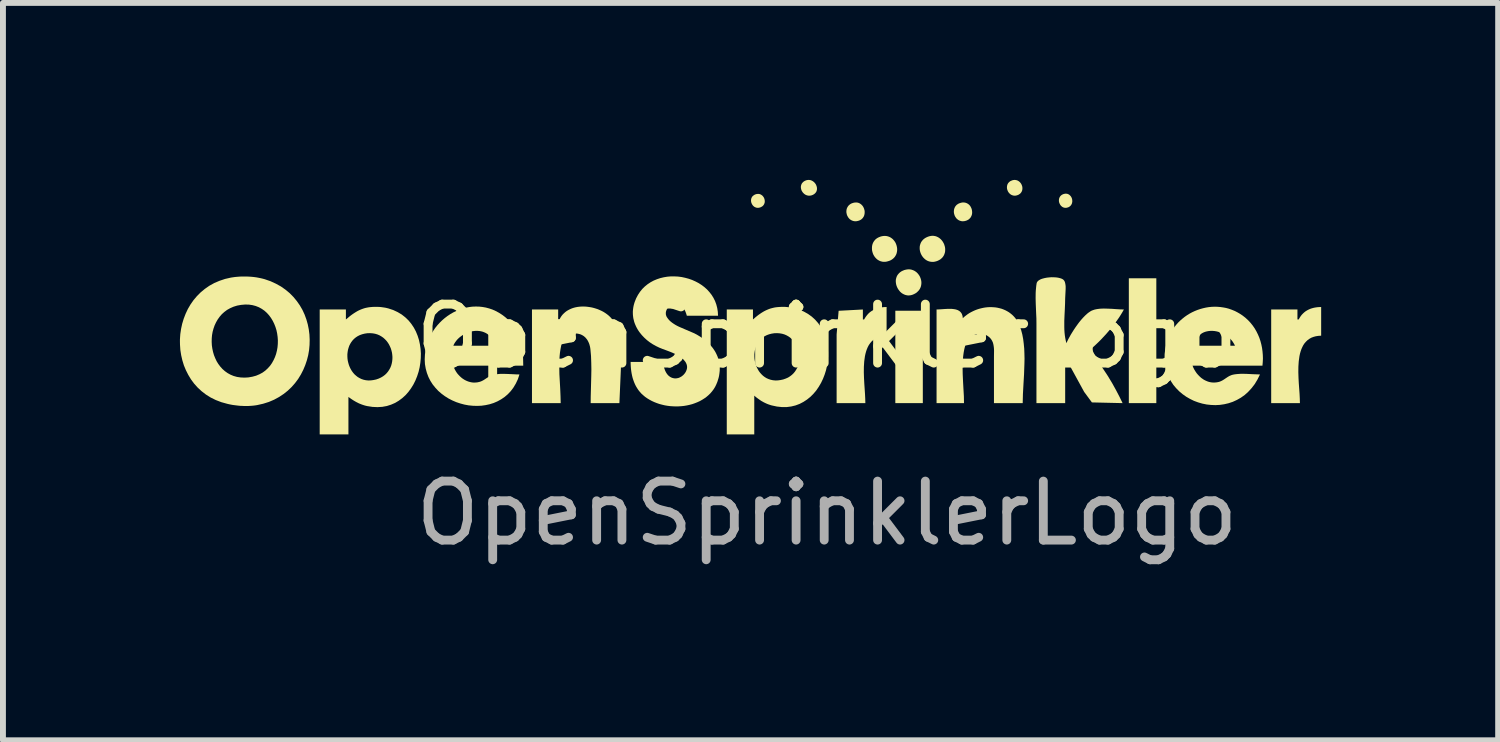
<source format=kicad_pcb>
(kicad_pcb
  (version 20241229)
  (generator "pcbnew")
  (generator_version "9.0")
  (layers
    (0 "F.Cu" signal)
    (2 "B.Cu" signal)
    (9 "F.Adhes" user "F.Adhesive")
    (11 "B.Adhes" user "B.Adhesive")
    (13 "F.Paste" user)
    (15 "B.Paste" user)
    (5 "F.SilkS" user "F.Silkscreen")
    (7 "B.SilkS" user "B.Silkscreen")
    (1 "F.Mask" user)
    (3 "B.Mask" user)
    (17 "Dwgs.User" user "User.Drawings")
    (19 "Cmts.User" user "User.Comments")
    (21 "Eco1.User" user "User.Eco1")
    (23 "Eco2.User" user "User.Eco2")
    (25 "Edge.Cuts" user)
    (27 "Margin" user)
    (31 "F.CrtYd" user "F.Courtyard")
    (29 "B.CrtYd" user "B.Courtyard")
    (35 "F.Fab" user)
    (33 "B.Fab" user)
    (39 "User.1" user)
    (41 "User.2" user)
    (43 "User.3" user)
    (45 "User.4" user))
  (footprint "OpenSprinklerLogo"
    (layer "F.Cu")
    (at 10.968 3.15)
    (property "Reference" "OpenSprinklerLogo" (at 0 -0.5 0) (unlocked yes) (layer "F.SilkS") (effects (font (size 1 1) (thickness 0.15))))
    (fp_poly (pts (xy 1.624 0.633) (xy 1.158 0.633) (xy 1.158 -0.933) (xy 1.624 -0.933)) (stroke (width -0.000001) (type solid)) (fill yes) (layer "F.SilkS"))
    (fp_poly (pts (xy 5.582 0.633) (xy 5.116 0.633) (xy 5.116 -1.483) (xy 5.582 -1.483)) (stroke (width -0.000001) (type solid)) (fill yes) (layer "F.SilkS"))
    (fp_poly (pts (xy 8.376 -0.51) (xy 8.328 -0.507) (xy 8.284 -0.5) (xy 8.244 -0.489) (xy 8.208 -0.475) (xy 8.175 -0.456) (xy 8.145 -0.434) (xy 8.119 -0.409) (xy 8.095 -0.382) (xy 8.074 -0.351) (xy 8.057 -0.318) (xy 8.041 -0.282) (xy 8.028 -0.244) (xy 8.017 -0.205) (xy 8.008 -0.163) (xy 7.996 -0.076) (xy 7.99 0.015) (xy 7.989 0.109) (xy 7.992 0.204) (xy 7.997 0.298) (xy 8.01 0.477) (xy 8.014 0.559) (xy 8.016 0.633) (xy 7.529 0.633) (xy 7.529 -0.954) (xy 7.974 -0.954) (xy 7.974 -0.785) (xy 7.995 -0.785) (xy 8.011 -0.813) (xy 8.027 -0.838) (xy 8.045 -0.862) (xy 8.065 -0.883) (xy 8.085 -0.902) (xy 8.106 -0.919) (xy 8.129 -0.934) (xy 8.152 -0.947) (xy 8.177 -0.959) (xy 8.202 -0.969) (xy 8.229 -0.977) (xy 8.256 -0.984) (xy 8.285 -0.989) (xy 8.314 -0.993) (xy 8.345 -0.995) (xy 8.376 -0.996)) (stroke (width -0.000001) (type solid)) (fill yes) (layer "F.SilkS"))
    (fp_poly (pts (xy 1.01 -0.51) (xy 0.962 -0.507) (xy 0.919 -0.5) (xy 0.879 -0.489) (xy 0.842 -0.474) (xy 0.809 -0.456) (xy 0.78 -0.434) (xy 0.753 -0.409) (xy 0.73 -0.381) (xy 0.709 -0.351) (xy 0.691 -0.317) (xy 0.676 -0.282) (xy 0.663 -0.244) (xy 0.652 -0.204) (xy 0.643 -0.163) (xy 0.631 -0.076) (xy 0.625 0.016) (xy 0.624 0.11) (xy 0.627 0.205) (xy 0.632 0.299) (xy 0.644 0.478) (xy 0.648 0.559) (xy 0.65 0.633) (xy 0.163 0.633) (xy 0.163 -0.531) (xy 0.197 -0.932) (xy 0.608 -0.954) (xy 0.608 -0.785) (xy 0.629 -0.785) (xy 0.645 -0.812) (xy 0.662 -0.837) (xy 0.68 -0.861) (xy 0.699 -0.882) (xy 0.719 -0.901) (xy 0.741 -0.918) (xy 0.764 -0.933) (xy 0.787 -0.946) (xy 0.812 -0.958) (xy 0.838 -0.968) (xy 0.864 -0.976) (xy 0.892 -0.983) (xy 0.92 -0.989) (xy 0.949 -0.993) (xy 0.979 -0.995) (xy 1.01 -0.996)) (stroke (width -0.000001) (type solid)) (fill yes) (layer "F.SilkS"))
    (fp_poly (pts (xy -1.161 -2.913) (xy -1.149 -2.912) (xy -1.138 -2.909) (xy -1.128 -2.905) (xy -1.118 -2.9) (xy -1.109 -2.894) (xy -1.1 -2.888) (xy -1.092 -2.88) (xy -1.085 -2.872) (xy -1.078 -2.863) (xy -1.072 -2.854) (xy -1.067 -2.844) (xy -1.063 -2.834) (xy -1.06 -2.823) (xy -1.057 -2.813) (xy -1.056 -2.802) (xy -1.055 -2.791) (xy -1.055 -2.78) (xy -1.056 -2.769) (xy -1.059 -2.759) (xy -1.062 -2.749) (xy -1.067 -2.739) (xy -1.072 -2.729) (xy -1.079 -2.72) (xy -1.086 -2.712) (xy -1.095 -2.704) (xy -1.106 -2.697) (xy -1.117 -2.691) (xy -1.13 -2.685) (xy -1.143 -2.681) (xy -1.156 -2.679) (xy -1.169 -2.677) (xy -1.181 -2.678) (xy -1.193 -2.679) (xy -1.204 -2.682) (xy -1.214 -2.686) (xy -1.224 -2.691) (xy -1.234 -2.696) (xy -1.242 -2.703) (xy -1.25 -2.71) (xy -1.258 -2.719) (xy -1.264 -2.727) (xy -1.27 -2.737) (xy -1.275 -2.747) (xy -1.28 -2.757) (xy -1.283 -2.767) (xy -1.286 -2.778) (xy -1.287 -2.789) (xy -1.288 -2.8) (xy -1.288 -2.811) (xy -1.286 -2.821) (xy -1.284 -2.832) (xy -1.281 -2.842) (xy -1.276 -2.852) (xy -1.271 -2.862) (xy -1.264 -2.871) (xy -1.256 -2.879) (xy -1.246 -2.887) (xy -1.236 -2.894) (xy -1.224 -2.901) (xy -1.211 -2.906) (xy -1.198 -2.91) (xy -1.185 -2.912) (xy -1.173 -2.913)) (stroke (width -0.000001) (type solid)) (fill yes) (layer "F.SilkS"))
    (fp_poly (pts (xy -0.294 -3.149) (xy -0.281 -3.147) (xy -0.269 -3.143) (xy -0.257 -3.138) (xy -0.246 -3.132) (xy -0.235 -3.125) (xy -0.225 -3.117) (xy -0.216 -3.109) (xy -0.207 -3.099) (xy -0.199 -3.089) (xy -0.192 -3.079) (xy -0.186 -3.068) (xy -0.181 -3.056) (xy -0.177 -3.044) (xy -0.173 -3.032) (xy -0.171 -3.02) (xy -0.17 -3.008) (xy -0.17 -2.996) (xy -0.171 -2.984) (xy -0.174 -2.972) (xy -0.177 -2.961) (xy -0.182 -2.95) (xy -0.189 -2.939) (xy -0.197 -2.929) (xy -0.206 -2.92) (xy -0.217 -2.911) (xy -0.229 -2.903) (xy -0.243 -2.896) (xy -0.258 -2.89) (xy -0.273 -2.886) (xy -0.288 -2.884) (xy -0.302 -2.883) (xy -0.316 -2.884) (xy -0.329 -2.886) (xy -0.342 -2.89) (xy -0.355 -2.894) (xy -0.366 -2.9) (xy -0.377 -2.907) (xy -0.388 -2.915) (xy -0.397 -2.924) (xy -0.406 -2.933) (xy -0.414 -2.943) (xy -0.421 -2.954) (xy -0.428 -2.965) (xy -0.433 -2.977) (xy -0.437 -2.989) (xy -0.44 -3.001) (xy -0.442 -3.013) (xy -0.443 -3.026) (xy -0.443 -3.038) (xy -0.441 -3.05) (xy -0.438 -3.063) (xy -0.434 -3.074) (xy -0.429 -3.085) (xy -0.422 -3.096) (xy -0.413 -3.106) (xy -0.403 -3.116) (xy -0.392 -3.125) (xy -0.378 -3.133) (xy -0.363 -3.14) (xy -0.349 -3.145) (xy -0.335 -3.148) (xy -0.321 -3.15) (xy -0.307 -3.15)) (stroke (width -0.000001) (type solid)) (fill yes) (layer "F.SilkS"))
    (fp_poly (pts (xy 0.51 -2.767) (xy 0.525 -2.764) (xy 0.54 -2.759) (xy 0.553 -2.753) (xy 0.566 -2.745) (xy 0.578 -2.736) (xy 0.589 -2.726) (xy 0.599 -2.715) (xy 0.608 -2.703) (xy 0.616 -2.69) (xy 0.622 -2.677) (xy 0.628 -2.663) (xy 0.632 -2.648) (xy 0.636 -2.634) (xy 0.638 -2.619) (xy 0.638 -2.604) (xy 0.638 -2.589) (xy 0.636 -2.574) (xy 0.633 -2.559) (xy 0.629 -2.545) (xy 0.623 -2.531) (xy 0.615 -2.518) (xy 0.607 -2.506) (xy 0.597 -2.495) (xy 0.585 -2.484) (xy 0.572 -2.475) (xy 0.557 -2.467) (xy 0.54 -2.46) (xy 0.522 -2.455) (xy 0.504 -2.451) (xy 0.487 -2.45) (xy 0.471 -2.45) (xy 0.455 -2.452) (xy 0.44 -2.456) (xy 0.426 -2.461) (xy 0.413 -2.467) (xy 0.4 -2.475) (xy 0.388 -2.483) (xy 0.378 -2.493) (xy 0.368 -2.504) (xy 0.359 -2.516) (xy 0.352 -2.528) (xy 0.345 -2.541) (xy 0.339 -2.554) (xy 0.335 -2.568) (xy 0.332 -2.582) (xy 0.329 -2.597) (xy 0.328 -2.611) (xy 0.329 -2.626) (xy 0.33 -2.64) (xy 0.333 -2.654) (xy 0.337 -2.668) (xy 0.343 -2.681) (xy 0.35 -2.694) (xy 0.358 -2.706) (xy 0.368 -2.718) (xy 0.379 -2.728) (xy 0.392 -2.738) (xy 0.406 -2.747) (xy 0.422 -2.754) (xy 0.44 -2.76) (xy 0.458 -2.765) (xy 0.476 -2.767) (xy 0.493 -2.768)) (stroke (width -0.000001) (type solid)) (fill yes) (layer "F.SilkS"))
    (fp_poly (pts (xy 1.001 -2.2) (xy 1.023 -2.196) (xy 1.043 -2.19) (xy 1.063 -2.182) (xy 1.081 -2.172) (xy 1.098 -2.16) (xy 1.114 -2.147) (xy 1.128 -2.132) (xy 1.141 -2.116) (xy 1.153 -2.099) (xy 1.163 -2.081) (xy 1.171 -2.062) (xy 1.178 -2.042) (xy 1.183 -2.022) (xy 1.187 -2.002) (xy 1.189 -1.981) (xy 1.189 -1.96) (xy 1.187 -1.94) (xy 1.183 -1.92) (xy 1.178 -1.9) (xy 1.17 -1.881) (xy 1.16 -1.863) (xy 1.149 -1.846) (xy 1.135 -1.83) (xy 1.119 -1.815) (xy 1.1 -1.801) (xy 1.08 -1.789) (xy 1.057 -1.779) (xy 1.031 -1.771) (xy 1.007 -1.765) (xy 0.983 -1.762) (xy 0.961 -1.762) (xy 0.939 -1.764) (xy 0.919 -1.769) (xy 0.899 -1.775) (xy 0.881 -1.784) (xy 0.863 -1.794) (xy 0.847 -1.806) (xy 0.833 -1.819) (xy 0.819 -1.834) (xy 0.807 -1.849) (xy 0.796 -1.866) (xy 0.786 -1.884) (xy 0.778 -1.903) (xy 0.772 -1.922) (xy 0.767 -1.941) (xy 0.763 -1.961) (xy 0.762 -1.981) (xy 0.762 -2.002) (xy 0.763 -2.021) (xy 0.766 -2.041) (xy 0.771 -2.06) (xy 0.778 -2.079) (xy 0.787 -2.097) (xy 0.798 -2.114) (xy 0.811 -2.13) (xy 0.825 -2.145) (xy 0.842 -2.158) (xy 0.861 -2.17) (xy 0.882 -2.18) (xy 0.905 -2.189) (xy 0.93 -2.196) (xy 0.955 -2.2) (xy 0.978 -2.201)) (stroke (width -0.000001) (type solid)) (fill yes) (layer "F.SilkS"))
    (fp_poly (pts (xy 1.404 -1.634) (xy 1.425 -1.631) (xy 1.445 -1.625) (xy 1.464 -1.618) (xy 1.483 -1.609) (xy 1.5 -1.598) (xy 1.516 -1.586) (xy 1.531 -1.572) (xy 1.544 -1.557) (xy 1.557 -1.54) (xy 1.568 -1.523) (xy 1.577 -1.505) (xy 1.585 -1.486) (xy 1.591 -1.467) (xy 1.596 -1.447) (xy 1.599 -1.427) (xy 1.6 -1.407) (xy 1.599 -1.387) (xy 1.596 -1.366) (xy 1.592 -1.347) (xy 1.585 -1.327) (xy 1.576 -1.308) (xy 1.565 -1.29) (xy 1.552 -1.273) (xy 1.536 -1.257) (xy 1.519 -1.241) (xy 1.498 -1.227) (xy 1.475 -1.215) (xy 1.452 -1.205) (xy 1.429 -1.198) (xy 1.407 -1.194) (xy 1.385 -1.192) (xy 1.364 -1.193) (xy 1.343 -1.197) (xy 1.324 -1.202) (xy 1.305 -1.21) (xy 1.287 -1.219) (xy 1.269 -1.23) (xy 1.253 -1.243) (xy 1.238 -1.257) (xy 1.225 -1.273) (xy 1.212 -1.29) (xy 1.201 -1.307) (xy 1.191 -1.326) (xy 1.183 -1.345) (xy 1.176 -1.365) (xy 1.171 -1.385) (xy 1.168 -1.405) (xy 1.166 -1.425) (xy 1.166 -1.446) (xy 1.168 -1.466) (xy 1.173 -1.486) (xy 1.179 -1.505) (xy 1.187 -1.524) (xy 1.198 -1.542) (xy 1.211 -1.558) (xy 1.226 -1.574) (xy 1.244 -1.589) (xy 1.264 -1.602) (xy 1.287 -1.613) (xy 1.312 -1.623) (xy 1.336 -1.629) (xy 1.359 -1.633) (xy 1.382 -1.635)) (stroke (width -0.000001) (type solid)) (fill yes) (layer "F.SilkS"))
    (fp_poly (pts (xy 1.801 -2.203) (xy 1.822 -2.2) (xy 1.842 -2.196) (xy 1.861 -2.189) (xy 1.88 -2.18) (xy 1.897 -2.17) (xy 1.913 -2.158) (xy 1.928 -2.145) (xy 1.942 -2.13) (xy 1.955 -2.114) (xy 1.966 -2.097) (xy 1.976 -2.079) (xy 1.985 -2.061) (xy 1.991 -2.041) (xy 1.997 -2.022) (xy 2.001 -2.002) (xy 2.003 -1.982) (xy 2.003 -1.961) (xy 2.002 -1.941) (xy 1.999 -1.922) (xy 1.993 -1.902) (xy 1.986 -1.883) (xy 1.977 -1.865) (xy 1.966 -1.848) (xy 1.953 -1.832) (xy 1.937 -1.817) (xy 1.92 -1.803) (xy 1.899 -1.791) (xy 1.877 -1.78) (xy 1.852 -1.771) (xy 1.828 -1.765) (xy 1.805 -1.761) (xy 1.782 -1.761) (xy 1.76 -1.763) (xy 1.739 -1.767) (xy 1.719 -1.773) (xy 1.7 -1.781) (xy 1.682 -1.791) (xy 1.665 -1.803) (xy 1.649 -1.817) (xy 1.634 -1.832) (xy 1.621 -1.848) (xy 1.609 -1.865) (xy 1.599 -1.883) (xy 1.59 -1.902) (xy 1.583 -1.921) (xy 1.577 -1.942) (xy 1.573 -1.962) (xy 1.571 -1.982) (xy 1.571 -2.003) (xy 1.572 -2.023) (xy 1.576 -2.044) (xy 1.582 -2.063) (xy 1.589 -2.082) (xy 1.599 -2.101) (xy 1.612 -2.118) (xy 1.626 -2.135) (xy 1.643 -2.15) (xy 1.662 -2.164) (xy 1.684 -2.176) (xy 1.709 -2.187) (xy 1.733 -2.195) (xy 1.756 -2.2) (xy 1.779 -2.203)) (stroke (width -0.000001) (type solid)) (fill yes) (layer "F.SilkS"))
    (fp_poly (pts (xy 2.331 -2.767) (xy 2.346 -2.764) (xy 2.361 -2.759) (xy 2.375 -2.753) (xy 2.388 -2.745) (xy 2.4 -2.737) (xy 2.411 -2.727) (xy 2.421 -2.716) (xy 2.43 -2.704) (xy 2.437 -2.691) (xy 2.444 -2.677) (xy 2.45 -2.663) (xy 2.454 -2.649) (xy 2.457 -2.634) (xy 2.459 -2.619) (xy 2.46 -2.604) (xy 2.46 -2.589) (xy 2.458 -2.574) (xy 2.455 -2.56) (xy 2.45 -2.545) (xy 2.444 -2.532) (xy 2.437 -2.519) (xy 2.428 -2.506) (xy 2.417 -2.495) (xy 2.406 -2.484) (xy 2.392 -2.475) (xy 2.377 -2.467) (xy 2.361 -2.46) (xy 2.343 -2.455) (xy 2.325 -2.451) (xy 2.308 -2.45) (xy 2.291 -2.45) (xy 2.275 -2.452) (xy 2.261 -2.456) (xy 2.246 -2.461) (xy 2.233 -2.467) (xy 2.221 -2.475) (xy 2.209 -2.484) (xy 2.199 -2.493) (xy 2.189 -2.504) (xy 2.181 -2.516) (xy 2.173 -2.528) (xy 2.166 -2.541) (xy 2.161 -2.555) (xy 2.157 -2.568) (xy 2.153 -2.583) (xy 2.151 -2.597) (xy 2.15 -2.612) (xy 2.151 -2.626) (xy 2.152 -2.64) (xy 2.155 -2.655) (xy 2.159 -2.668) (xy 2.165 -2.682) (xy 2.171 -2.695) (xy 2.18 -2.707) (xy 2.189 -2.718) (xy 2.2 -2.729) (xy 2.213 -2.738) (xy 2.227 -2.747) (xy 2.243 -2.754) (xy 2.26 -2.76) (xy 2.279 -2.765) (xy 2.297 -2.768) (xy 2.314 -2.768)) (stroke (width -0.000001) (type solid)) (fill yes) (layer "F.SilkS"))
    (fp_poly (pts (xy 3.2 -3.148) (xy 3.212 -3.146) (xy 3.224 -3.142) (xy 3.236 -3.137) (xy 3.247 -3.13) (xy 3.257 -3.123) (xy 3.266 -3.115) (xy 3.275 -3.106) (xy 3.283 -3.096) (xy 3.29 -3.086) (xy 3.296 -3.075) (xy 3.301 -3.063) (xy 3.305 -3.052) (xy 3.309 -3.04) (xy 3.311 -3.027) (xy 3.312 -3.015) (xy 3.312 -3.003) (xy 3.311 -2.99) (xy 3.309 -2.978) (xy 3.306 -2.967) (xy 3.301 -2.955) (xy 3.295 -2.944) (xy 3.288 -2.934) (xy 3.28 -2.924) (xy 3.27 -2.915) (xy 3.258 -2.907) (xy 3.246 -2.899) (xy 3.231 -2.893) (xy 3.216 -2.888) (xy 3.202 -2.885) (xy 3.188 -2.883) (xy 3.174 -2.883) (xy 3.161 -2.885) (xy 3.149 -2.888) (xy 3.137 -2.892) (xy 3.125 -2.897) (xy 3.115 -2.903) (xy 3.105 -2.91) (xy 3.095 -2.919) (xy 3.087 -2.928) (xy 3.079 -2.937) (xy 3.072 -2.948) (xy 3.066 -2.958) (xy 3.061 -2.97) (xy 3.057 -2.982) (xy 3.053 -2.993) (xy 3.051 -3.006) (xy 3.05 -3.018) (xy 3.05 -3.03) (xy 3.051 -3.042) (xy 3.053 -3.054) (xy 3.056 -3.066) (xy 3.06 -3.077) (xy 3.066 -3.088) (xy 3.073 -3.099) (xy 3.082 -3.108) (xy 3.091 -3.117) (xy 3.102 -3.126) (xy 3.115 -3.133) (xy 3.129 -3.139) (xy 3.144 -3.145) (xy 3.159 -3.148) (xy 3.173 -3.15) (xy 3.187 -3.15)) (stroke (width -0.000001) (type solid)) (fill yes) (layer "F.SilkS"))
    (fp_poly (pts (xy 4.064 -2.916) (xy 4.075 -2.914) (xy 4.086 -2.91) (xy 4.096 -2.905) (xy 4.106 -2.899) (xy 4.114 -2.892) (xy 4.122 -2.884) (xy 4.13 -2.876) (xy 4.136 -2.867) (xy 4.142 -2.857) (xy 4.147 -2.846) (xy 4.151 -2.836) (xy 4.154 -2.825) (xy 4.156 -2.813) (xy 4.157 -2.802) (xy 4.158 -2.79) (xy 4.157 -2.779) (xy 4.155 -2.768) (xy 4.153 -2.757) (xy 4.149 -2.746) (xy 4.144 -2.735) (xy 4.138 -2.726) (xy 4.131 -2.716) (xy 4.123 -2.708) (xy 4.113 -2.7) (xy 4.103 -2.693) (xy 4.091 -2.687) (xy 4.078 -2.683) (xy 4.065 -2.679) (xy 4.053 -2.678) (xy 4.042 -2.677) (xy 4.031 -2.678) (xy 4.02 -2.68) (xy 4.009 -2.683) (xy 4 -2.687) (xy 3.99 -2.692) (xy 3.982 -2.698) (xy 3.974 -2.705) (xy 3.966 -2.712) (xy 3.959 -2.721) (xy 3.953 -2.729) (xy 3.948 -2.739) (xy 3.943 -2.748) (xy 3.939 -2.758) (xy 3.935 -2.769) (xy 3.933 -2.779) (xy 3.931 -2.79) (xy 3.931 -2.8) (xy 3.931 -2.811) (xy 3.932 -2.822) (xy 3.934 -2.832) (xy 3.937 -2.842) (xy 3.941 -2.852) (xy 3.946 -2.862) (xy 3.952 -2.871) (xy 3.959 -2.879) (xy 3.967 -2.887) (xy 3.977 -2.895) (xy 3.987 -2.901) (xy 3.999 -2.907) (xy 4.013 -2.912) (xy 4.027 -2.915) (xy 4.04 -2.917) (xy 4.052 -2.917)) (stroke (width -0.000001) (type solid)) (fill yes) (layer "F.SilkS"))
    (fp_poly (pts (xy 3.845 -1.5) (xy 3.883 -1.498) (xy 3.918 -1.493) (xy 3.95 -1.485) (xy 3.964 -1.481) (xy 3.977 -1.476) (xy 3.989 -1.47) (xy 3.999 -1.464) (xy 4.008 -1.457) (xy 4.015 -1.449) (xy 4.02 -1.443) (xy 4.024 -1.436) (xy 4.028 -1.429) (xy 4.031 -1.421) (xy 4.034 -1.412) (xy 4.036 -1.404) (xy 4.04 -1.385) (xy 4.043 -1.366) (xy 4.045 -1.345) (xy 4.045 -1.324) (xy 4.045 -1.302) (xy 4.037 -1.145) (xy 4.035 -1.053) (xy 4.031 -0.957) (xy 4.026 -0.859) (xy 4.022 -0.76) (xy 4.022 -0.661) (xy 4.023 -0.613) (xy 4.026 -0.565) (xy 4.031 -0.517) (xy 4.038 -0.471) (xy 4.047 -0.426) (xy 4.058 -0.383) (xy 4.072 -0.414) (xy 4.089 -0.449) (xy 4.11 -0.487) (xy 4.132 -0.527) (xy 4.158 -0.569) (xy 4.185 -0.612) (xy 4.214 -0.655) (xy 4.244 -0.697) (xy 4.275 -0.739) (xy 4.308 -0.779) (xy 4.341 -0.816) (xy 4.374 -0.85) (xy 4.407 -0.88) (xy 4.423 -0.894) (xy 4.44 -0.906) (xy 4.456 -0.917) (xy 4.472 -0.927) (xy 4.487 -0.935) (xy 4.503 -0.941) (xy 4.531 -0.951) (xy 4.561 -0.958) (xy 4.592 -0.963) (xy 4.625 -0.967) (xy 4.659 -0.969) (xy 4.693 -0.97) (xy 4.728 -0.969) (xy 4.764 -0.968) (xy 4.835 -0.965) (xy 4.904 -0.96) (xy 4.97 -0.956) (xy 5.032 -0.954) (xy 5.007 -0.909) (xy 4.979 -0.863) (xy 4.949 -0.816) (xy 4.916 -0.769) (xy 4.882 -0.721) (xy 4.845 -0.673) (xy 4.807 -0.626) (xy 4.767 -0.579) (xy 4.727 -0.533) (xy 4.685 -0.488) (xy 4.644 -0.444) (xy 4.602 -0.402) (xy 4.56 -0.362) (xy 4.519 -0.324) (xy 4.478 -0.288) (xy 4.439 -0.256) (xy 4.439 -0.234) (xy 4.481 -0.194) (xy 4.522 -0.15) (xy 4.564 -0.102) (xy 4.604 -0.051) (xy 4.645 0.002) (xy 4.684 0.058) (xy 4.722 0.115) (xy 4.76 0.173) (xy 4.832 0.292) (xy 4.898 0.411) (xy 4.958 0.526) (xy 5.01 0.633) (xy 4.49 0.621) (xy 4.359 0.443) (xy 4.058 -0.107) (xy 4.037 -0.107) (xy 4.037 0.633) (xy 3.55 0.633) (xy 3.55 -0.721) (xy 3.549 -0.804) (xy 3.545 -0.888) (xy 3.538 -1.061) (xy 3.536 -1.147) (xy 3.537 -1.232) (xy 3.539 -1.274) (xy 3.543 -1.316) (xy 3.547 -1.357) (xy 3.553 -1.397) (xy 3.556 -1.408) (xy 3.561 -1.418) (xy 3.568 -1.428) (xy 3.576 -1.437) (xy 3.586 -1.445) (xy 3.598 -1.453) (xy 3.61 -1.46) (xy 3.624 -1.467) (xy 3.64 -1.473) (xy 3.656 -1.478) (xy 3.691 -1.487) (xy 3.728 -1.494) (xy 3.767 -1.498) (xy 3.806 -1.501)) (stroke (width -0.000001) (type solid)) (fill yes) (layer "F.SilkS"))
    (fp_poly (pts (xy -4.088 -1.003) (xy -4.053 -0.999) (xy -4.018 -0.994) (xy -3.984 -0.988) (xy -3.949 -0.979) (xy -3.916 -0.969) (xy -3.883 -0.958) (xy -3.851 -0.944) (xy -3.82 -0.93) (xy -3.79 -0.914) (xy -3.761 -0.896) (xy -3.734 -0.877) (xy -3.708 -0.857) (xy -3.684 -0.835) (xy -3.662 -0.813) (xy -3.642 -0.789) (xy -3.625 -0.764) (xy -3.605 -0.73) (xy -3.587 -0.695) (xy -3.57 -0.659) (xy -3.556 -0.621) (xy -3.532 -0.54) (xy -3.514 -0.455) (xy -3.501 -0.366) (xy -3.493 -0.274) (xy -3.489 -0.18) (xy -3.488 -0.084) (xy -3.519 0.633) (xy -4.006 0.633) (xy -4.005 0.521) (xy -4.002 0.407) (xy -3.996 0.178) (xy -3.994 0.063) (xy -3.996 -0.051) (xy -4 -0.165) (xy -4.005 -0.221) (xy -4.01 -0.277) (xy -4.013 -0.3) (xy -4.017 -0.323) (xy -4.023 -0.345) (xy -4.029 -0.367) (xy -4.037 -0.388) (xy -4.047 -0.409) (xy -4.052 -0.419) (xy -4.057 -0.428) (xy -4.063 -0.438) (xy -4.069 -0.447) (xy -4.076 -0.456) (xy -4.083 -0.464) (xy -4.09 -0.473) (xy -4.097 -0.48) (xy -4.105 -0.488) (xy -4.114 -0.495) (xy -4.122 -0.502) (xy -4.131 -0.508) (xy -4.141 -0.514) (xy -4.151 -0.52) (xy -4.161 -0.525) (xy -4.171 -0.529) (xy -4.182 -0.534) (xy -4.194 -0.537) (xy -4.206 -0.54) (xy -4.218 -0.543) (xy -4.23 -0.545) (xy -4.243 -0.546) (xy -4.255 -0.546) (xy -4.267 -0.546) (xy -4.279 -0.545) (xy -4.291 -0.544) (xy -4.303 -0.542) (xy -4.315 -0.539) (xy -4.326 -0.536) (xy -4.337 -0.532) (xy -4.349 -0.527) (xy -4.359 -0.522) (xy -4.37 -0.517) (xy -4.381 -0.511) (xy -4.391 -0.505) (xy -4.401 -0.498) (xy -4.41 -0.49) (xy -4.419 -0.483) (xy -4.428 -0.474) (xy -4.437 -0.466) (xy -4.445 -0.457) (xy -4.453 -0.448) (xy -4.46 -0.438) (xy -4.467 -0.428) (xy -4.474 -0.418) (xy -4.48 -0.408) (xy -4.485 -0.397) (xy -4.491 -0.386) (xy -4.495 -0.375) (xy -4.499 -0.364) (xy -4.503 -0.352) (xy -4.506 -0.34) (xy -4.517 -0.284) (xy -4.526 -0.226) (xy -4.532 -0.167) (xy -4.536 -0.106) (xy -4.538 -0.045) (xy -4.538 0.018) (xy -4.536 0.144) (xy -4.522 0.395) (xy -4.517 0.517) (xy -4.514 0.633) (xy -5.001 0.633) (xy -5.001 -0.954) (xy -4.557 -0.954) (xy -4.557 -0.785) (xy -4.535 -0.785) (xy -4.519 -0.815) (xy -4.501 -0.843) (xy -4.481 -0.868) (xy -4.458 -0.891) (xy -4.434 -0.912) (xy -4.408 -0.931) (xy -4.38 -0.947) (xy -4.352 -0.961) (xy -4.321 -0.974) (xy -4.29 -0.984) (xy -4.258 -0.992) (xy -4.225 -0.998) (xy -4.191 -1.002) (xy -4.157 -1.004) (xy -4.122 -1.004)) (stroke (width -0.000001) (type solid)) (fill yes) (layer "F.SilkS"))
    (fp_poly (pts (xy 2.824 -0.992) (xy 2.859 -0.989) (xy 2.894 -0.983) (xy 2.928 -0.975) (xy 2.961 -0.966) (xy 2.993 -0.954) (xy 3.025 -0.94) (xy 3.055 -0.924) (xy 3.085 -0.906) (xy 3.113 -0.885) (xy 3.14 -0.863) (xy 3.165 -0.838) (xy 3.189 -0.811) (xy 3.211 -0.781) (xy 3.231 -0.75) (xy 3.249 -0.716) (xy 3.265 -0.679) (xy 3.29 -0.607) (xy 3.31 -0.532) (xy 3.325 -0.453) (xy 3.335 -0.372) (xy 3.343 -0.289) (xy 3.346 -0.205) (xy 3.348 -0.119) (xy 3.346 -0.032) (xy 3.34 0.142) (xy 3.33 0.313) (xy 3.321 0.478) (xy 3.317 0.633) (xy 2.83 0.633) (xy 2.83 -0.15) (xy 2.831 -0.242) (xy 2.831 -0.265) (xy 2.83 -0.289) (xy 2.828 -0.312) (xy 2.825 -0.334) (xy 2.821 -0.357) (xy 2.816 -0.378) (xy 2.813 -0.389) (xy 2.809 -0.4) (xy 2.804 -0.41) (xy 2.8 -0.42) (xy 2.794 -0.43) (xy 2.789 -0.439) (xy 2.782 -0.449) (xy 2.775 -0.458) (xy 2.768 -0.467) (xy 2.76 -0.475) (xy 2.751 -0.484) (xy 2.741 -0.492) (xy 2.727 -0.502) (xy 2.712 -0.512) (xy 2.697 -0.52) (xy 2.682 -0.527) (xy 2.667 -0.532) (xy 2.652 -0.537) (xy 2.637 -0.54) (xy 2.622 -0.543) (xy 2.606 -0.544) (xy 2.591 -0.544) (xy 2.576 -0.544) (xy 2.561 -0.542) (xy 2.547 -0.539) (xy 2.532 -0.535) (xy 2.518 -0.531) (xy 2.504 -0.525) (xy 2.49 -0.519) (xy 2.477 -0.512) (xy 2.464 -0.504) (xy 2.451 -0.495) (xy 2.439 -0.486) (xy 2.427 -0.476) (xy 2.416 -0.465) (xy 2.405 -0.453) (xy 2.395 -0.441) (xy 2.385 -0.428) (xy 2.376 -0.415) (xy 2.368 -0.401) (xy 2.36 -0.387) (xy 2.354 -0.372) (xy 2.348 -0.356) (xy 2.342 -0.34) (xy 2.328 -0.285) (xy 2.317 -0.228) (xy 2.309 -0.17) (xy 2.303 -0.109) (xy 2.3 -0.048) (xy 2.298 0.015) (xy 2.3 0.142) (xy 2.306 0.27) (xy 2.313 0.396) (xy 2.32 0.518) (xy 2.322 0.633) (xy 1.857 0.633) (xy 1.857 -0.954) (xy 1.889 -0.955) (xy 1.922 -0.957) (xy 1.994 -0.962) (xy 2.031 -0.964) (xy 2.067 -0.965) (xy 2.103 -0.965) (xy 2.12 -0.964) (xy 2.137 -0.962) (xy 2.154 -0.96) (xy 2.17 -0.957) (xy 2.186 -0.954) (xy 2.2 -0.949) (xy 2.215 -0.944) (xy 2.228 -0.937) (xy 2.24 -0.93) (xy 2.252 -0.921) (xy 2.262 -0.912) (xy 2.271 -0.901) (xy 2.28 -0.889) (xy 2.287 -0.875) (xy 2.292 -0.86) (xy 2.297 -0.844) (xy 2.3 -0.826) (xy 2.301 -0.806) (xy 2.327 -0.83) (xy 2.355 -0.852) (xy 2.383 -0.873) (xy 2.413 -0.893) (xy 2.444 -0.91) (xy 2.476 -0.926) (xy 2.509 -0.941) (xy 2.543 -0.954) (xy 2.577 -0.965) (xy 2.612 -0.974) (xy 2.647 -0.982) (xy 2.682 -0.988) (xy 2.718 -0.992) (xy 2.753 -0.994) (xy 2.789 -0.994)) (stroke (width -0.000001) (type solid)) (fill yes) (layer "F.SilkS"))
    (fp_poly (pts (xy -7.625 -0.999) (xy -7.603 -0.998) (xy -7.582 -0.997) (xy -7.56 -0.995) (xy -7.539 -0.992) (xy -7.518 -0.989) (xy -7.497 -0.986) (xy -7.476 -0.982) (xy -7.455 -0.977) (xy -7.435 -0.972) (xy -7.353 -0.945) (xy -7.278 -0.91) (xy -7.209 -0.869) (xy -7.148 -0.821) (xy -7.093 -0.768) (xy -7.045 -0.709) (xy -7.003 -0.646) (xy -6.968 -0.58) (xy -6.939 -0.509) (xy -6.916 -0.436) (xy -6.9 -0.361) (xy -6.889 -0.285) (xy -6.884 -0.207) (xy -6.886 -0.129) (xy -6.893 -0.051) (xy -6.905 0.026) (xy -6.923 0.102) (xy -6.947 0.176) (xy -6.976 0.248) (xy -7.01 0.316) (xy -7.05 0.381) (xy -7.094 0.441) (xy -7.143 0.497) (xy -7.198 0.547) (xy -7.257 0.591) (xy -7.32 0.629) (xy -7.389 0.659) (xy -7.461 0.682) (xy -7.538 0.696) (xy -7.62 0.701) (xy -7.705 0.697) (xy -7.795 0.683) (xy -7.817 0.678) (xy -7.839 0.672) (xy -7.861 0.665) (xy -7.882 0.658) (xy -7.902 0.65) (xy -7.923 0.642) (xy -7.943 0.633) (xy -7.962 0.623) (xy -7.982 0.613) (xy -8.001 0.602) (xy -8.02 0.591) (xy -8.039 0.579) (xy -8.057 0.567) (xy -8.076 0.554) (xy -8.094 0.541) (xy -8.112 0.528) (xy -8.112 1.163) (xy -8.599 1.163) (xy -8.599 -0.159) (xy -8.13 -0.159) (xy -8.128 -0.122) (xy -8.123 -0.085) (xy -8.114 -0.048) (xy -8.104 -0.013) (xy -8.09 0.022) (xy -8.074 0.055) (xy -8.055 0.087) (xy -8.034 0.116) (xy -8.01 0.144) (xy -7.983 0.168) (xy -7.954 0.191) (xy -7.923 0.209) (xy -7.89 0.225) (xy -7.854 0.237) (xy -7.816 0.245) (xy -7.776 0.249) (xy -7.733 0.248) (xy -7.689 0.242) (xy -7.642 0.232) (xy -7.599 0.217) (xy -7.56 0.199) (xy -7.525 0.178) (xy -7.493 0.154) (xy -7.465 0.127) (xy -7.441 0.098) (xy -7.42 0.066) (xy -7.402 0.033) (xy -7.388 -0.001) (xy -7.378 -0.037) (xy -7.371 -0.073) (xy -7.367 -0.111) (xy -7.366 -0.148) (xy -7.369 -0.186) (xy -7.374 -0.223) (xy -7.383 -0.26) (xy -7.394 -0.296) (xy -7.409 -0.33) (xy -7.426 -0.364) (xy -7.446 -0.395) (xy -7.469 -0.425) (xy -7.495 -0.452) (xy -7.523 -0.477) (xy -7.554 -0.498) (xy -7.587 -0.517) (xy -7.623 -0.532) (xy -7.661 -0.543) (xy -7.702 -0.55) (xy -7.745 -0.553) (xy -7.79 -0.552) (xy -7.837 -0.545) (xy -7.88 -0.534) (xy -7.919 -0.52) (xy -7.955 -0.502) (xy -7.987 -0.481) (xy -8.016 -0.457) (xy -8.041 -0.431) (xy -8.063 -0.402) (xy -8.082 -0.371) (xy -8.098 -0.339) (xy -8.11 -0.304) (xy -8.12 -0.269) (xy -8.126 -0.233) (xy -8.13 -0.196) (xy -8.13 -0.159) (xy -8.599 -0.159) (xy -8.599 -0.954) (xy -8.155 -0.954) (xy -8.155 -0.785) (xy -8.112 -0.82) (xy -8.091 -0.838) (xy -8.069 -0.855) (xy -8.047 -0.871) (xy -8.025 -0.886) (xy -8.002 -0.901) (xy -7.979 -0.915) (xy -7.955 -0.929) (xy -7.931 -0.941) (xy -7.906 -0.952) (xy -7.881 -0.962) (xy -7.855 -0.971) (xy -7.829 -0.979) (xy -7.801 -0.985) (xy -7.774 -0.99) (xy -7.753 -0.993) (xy -7.732 -0.995) (xy -7.711 -0.997) (xy -7.689 -0.998) (xy -7.668 -0.999) (xy -7.646 -0.999)) (stroke (width -0.000001) (type solid)) (fill yes) (layer "F.SilkS"))
    (fp_poly (pts (xy -0.732 -0.998) (xy -0.708 -0.998) (xy -0.684 -0.996) (xy -0.66 -0.994) (xy -0.635 -0.991) (xy -0.612 -0.988) (xy -0.588 -0.984) (xy -0.564 -0.979) (xy -0.541 -0.973) (xy -0.517 -0.967) (xy -0.494 -0.96) (xy -0.472 -0.952) (xy -0.393 -0.919) (xy -0.322 -0.879) (xy -0.258 -0.833) (xy -0.201 -0.781) (xy -0.151 -0.724) (xy -0.107 -0.663) (xy -0.07 -0.598) (xy -0.04 -0.529) (xy -0.016 -0.457) (xy 0.001 -0.383) (xy 0.013 -0.308) (xy 0.018 -0.231) (xy 0.018 -0.154) (xy 0.012 -0.077) (xy 0 0) (xy -0.017 0.076) (xy -0.04 0.149) (xy -0.068 0.221) (xy -0.101 0.29) (xy -0.139 0.355) (xy -0.181 0.417) (xy -0.229 0.474) (xy -0.281 0.526) (xy -0.338 0.572) (xy -0.399 0.612) (xy -0.464 0.646) (xy -0.533 0.672) (xy -0.607 0.69) (xy -0.684 0.7) (xy -0.765 0.7) (xy -0.849 0.691) (xy -0.937 0.672) (xy -0.958 0.666) (xy -0.979 0.659) (xy -0.999 0.652) (xy -1.019 0.644) (xy -1.039 0.635) (xy -1.058 0.626) (xy -1.076 0.617) (xy -1.095 0.606) (xy -1.113 0.596) (xy -1.131 0.584) (xy -1.148 0.572) (xy -1.165 0.56) (xy -1.183 0.547) (xy -1.2 0.534) (xy -1.217 0.52) (xy -1.233 0.506) (xy -1.233 1.163) (xy -1.699 1.163) (xy -1.699 -0.159) (xy -1.231 -0.159) (xy -1.229 -0.121) (xy -1.224 -0.084) (xy -1.216 -0.048) (xy -1.205 -0.012) (xy -1.192 0.022) (xy -1.175 0.055) (xy -1.157 0.087) (xy -1.135 0.117) (xy -1.111 0.144) (xy -1.085 0.169) (xy -1.056 0.191) (xy -1.025 0.21) (xy -0.991 0.225) (xy -0.955 0.237) (xy -0.917 0.245) (xy -0.876 0.249) (xy -0.834 0.248) (xy -0.789 0.242) (xy -0.743 0.232) (xy -0.7 0.217) (xy -0.661 0.2) (xy -0.626 0.178) (xy -0.595 0.154) (xy -0.567 0.127) (xy -0.543 0.098) (xy -0.523 0.067) (xy -0.505 0.034) (xy -0.491 -0.001) (xy -0.481 -0.036) (xy -0.474 -0.073) (xy -0.47 -0.11) (xy -0.469 -0.148) (xy -0.471 -0.185) (xy -0.477 -0.223) (xy -0.485 -0.259) (xy -0.496 -0.295) (xy -0.511 -0.33) (xy -0.528 -0.363) (xy -0.548 -0.395) (xy -0.57 -0.425) (xy -0.596 -0.452) (xy -0.624 -0.477) (xy -0.654 -0.498) (xy -0.688 -0.517) (xy -0.723 -0.532) (xy -0.761 -0.543) (xy -0.802 -0.55) (xy -0.845 -0.553) (xy -0.89 -0.552) (xy -0.937 -0.545) (xy -0.98 -0.534) (xy -1.019 -0.52) (xy -1.055 -0.502) (xy -1.087 -0.481) (xy -1.116 -0.457) (xy -1.141 -0.431) (xy -1.164 -0.402) (xy -1.183 -0.371) (xy -1.198 -0.338) (xy -1.211 -0.304) (xy -1.221 -0.269) (xy -1.227 -0.233) (xy -1.231 -0.196) (xy -1.231 -0.159) (xy -1.699 -0.159) (xy -1.699 -0.954) (xy -1.255 -0.954) (xy -1.255 -0.785) (xy -1.233 -0.804) (xy -1.211 -0.823) (xy -1.189 -0.841) (xy -1.166 -0.859) (xy -1.142 -0.876) (xy -1.119 -0.892) (xy -1.095 -0.907) (xy -1.07 -0.922) (xy -1.045 -0.935) (xy -1.019 -0.947) (xy -0.993 -0.958) (xy -0.966 -0.968) (xy -0.938 -0.976) (xy -0.91 -0.983) (xy -0.882 -0.989) (xy -0.852 -0.993) (xy -0.829 -0.995) (xy -0.804 -0.997) (xy -0.78 -0.998) (xy -0.756 -0.998)) (stroke (width -0.000001) (type solid)) (fill yes) (layer "F.SilkS"))
    (fp_poly (pts (xy -9.852 -1.513) (xy -9.814 -1.512) (xy -9.777 -1.51) (xy -9.74 -1.507) (xy -9.704 -1.503) (xy -9.668 -1.498) (xy -9.632 -1.491) (xy -9.597 -1.484) (xy -9.563 -1.476) (xy -9.53 -1.467) (xy -9.432 -1.433) (xy -9.341 -1.391) (xy -9.256 -1.344) (xy -9.179 -1.29) (xy -9.108 -1.231) (xy -9.044 -1.166) (xy -8.987 -1.097) (xy -8.936 -1.024) (xy -8.892 -0.948) (xy -8.855 -0.868) (xy -8.825 -0.786) (xy -8.801 -0.701) (xy -8.784 -0.616) (xy -8.773 -0.529) (xy -8.769 -0.441) (xy -8.771 -0.353) (xy -8.779 -0.266) (xy -8.794 -0.179) (xy -8.816 -0.094) (xy -8.844 -0.011) (xy -8.878 0.07) (xy -8.918 0.148) (xy -8.964 0.223) (xy -9.017 0.294) (xy -9.076 0.361) (xy -9.141 0.423) (xy -9.212 0.479) (xy -9.289 0.53) (xy -9.372 0.575) (xy -9.461 0.613) (xy -9.556 0.643) (xy -9.657 0.666) (xy -9.688 0.671) (xy -9.719 0.675) (xy -9.751 0.678) (xy -9.783 0.68) (xy -9.815 0.682) (xy -9.847 0.682) (xy -9.88 0.682) (xy -9.912 0.68) (xy -9.945 0.679) (xy -9.977 0.676) (xy -10.01 0.672) (xy -10.042 0.668) (xy -10.073 0.664) (xy -10.105 0.658) (xy -10.135 0.652) (xy -10.165 0.645) (xy -10.266 0.617) (xy -10.36 0.581) (xy -10.447 0.538) (xy -10.527 0.488) (xy -10.601 0.431) (xy -10.668 0.369) (xy -10.728 0.302) (xy -10.781 0.23) (xy -10.827 0.154) (xy -10.867 0.075) (xy -10.901 -0.007) (xy -10.927 -0.092) (xy -10.947 -0.179) (xy -10.961 -0.268) (xy -10.967 -0.357) (xy -10.968 -0.405) (xy -10.43 -0.405) (xy -10.427 -0.347) (xy -10.419 -0.291) (xy -10.407 -0.235) (xy -10.391 -0.18) (xy -10.37 -0.128) (xy -10.346 -0.077) (xy -10.317 -0.03) (xy -10.284 0.014) (xy -10.247 0.055) (xy -10.205 0.092) (xy -10.16 0.124) (xy -10.111 0.151) (xy -10.058 0.173) (xy -10 0.189) (xy -9.939 0.198) (xy -9.874 0.201) (xy -9.806 0.197) (xy -9.739 0.185) (xy -9.677 0.168) (xy -9.62 0.144) (xy -9.568 0.116) (xy -9.521 0.082) (xy -9.479 0.043) (xy -9.441 0.001) (xy -9.409 -0.045) (xy -9.381 -0.095) (xy -9.357 -0.147) (xy -9.338 -0.201) (xy -9.324 -0.257) (xy -9.314 -0.314) (xy -9.309 -0.372) (xy -9.308 -0.43) (xy -9.312 -0.488) (xy -9.32 -0.546) (xy -9.332 -0.603) (xy -9.349 -0.658) (xy -9.37 -0.711) (xy -9.395 -0.762) (xy -9.424 -0.81) (xy -9.457 -0.855) (xy -9.494 -0.896) (xy -9.535 -0.933) (xy -9.581 -0.965) (xy -9.63 -0.992) (xy -9.683 -1.013) (xy -9.739 -1.028) (xy -9.8 -1.037) (xy -9.865 -1.038) (xy -9.933 -1.032) (xy -9.999 -1.02) (xy -10.06 -1.001) (xy -10.117 -0.976) (xy -10.169 -0.947) (xy -10.216 -0.912) (xy -10.258 -0.874) (xy -10.295 -0.831) (xy -10.328 -0.785) (xy -10.356 -0.736) (xy -10.38 -0.685) (xy -10.399 -0.631) (xy -10.414 -0.576) (xy -10.424 -0.52) (xy -10.429 -0.462) (xy -10.43 -0.405) (xy -10.968 -0.405) (xy -10.968 -0.446) (xy -10.962 -0.536) (xy -10.949 -0.624) (xy -10.93 -0.712) (xy -10.904 -0.798) (xy -10.872 -0.881) (xy -10.834 -0.962) (xy -10.789 -1.039) (xy -10.738 -1.112) (xy -10.68 -1.181) (xy -10.616 -1.245) (xy -10.546 -1.303) (xy -10.47 -1.356) (xy -10.387 -1.402) (xy -10.298 -1.44) (xy -10.203 -1.472) (xy -10.102 -1.495) (xy -10.068 -1.5) (xy -10.034 -1.505) (xy -9.998 -1.508) (xy -9.962 -1.511) (xy -9.926 -1.513) (xy -9.889 -1.513)) (stroke (width -0.000001) (type solid)) (fill yes) (layer "F.SilkS"))
    (fp_poly (pts (xy -5.898 -1.003) (xy -5.841 -0.997) (xy -5.784 -0.987) (xy -5.727 -0.972) (xy -5.671 -0.953) (xy -5.616 -0.928) (xy -5.561 -0.899) (xy -5.508 -0.865) (xy -5.456 -0.826) (xy -5.405 -0.781) (xy -5.365 -0.74) (xy -5.329 -0.698) (xy -5.297 -0.654) (xy -5.27 -0.61) (xy -5.245 -0.564) (xy -5.225 -0.517) (xy -5.207 -0.469) (xy -5.192 -0.42) (xy -5.18 -0.371) (xy -5.17 -0.32) (xy -5.163 -0.269) (xy -5.157 -0.217) (xy -5.153 -0.164) (xy -5.151 -0.11) (xy -5.149 -0.002) (xy -6.334 -0.002) (xy -6.329 0.015) (xy -6.323 0.032) (xy -6.316 0.048) (xy -6.308 0.064) (xy -6.29 0.096) (xy -6.27 0.126) (xy -6.247 0.153) (xy -6.222 0.179) (xy -6.195 0.203) (xy -6.181 0.214) (xy -6.166 0.224) (xy -6.151 0.234) (xy -6.135 0.243) (xy -6.119 0.251) (xy -6.103 0.258) (xy -6.086 0.265) (xy -6.07 0.27) (xy -6.052 0.275) (xy -6.035 0.279) (xy -6.017 0.282) (xy -6 0.284) (xy -5.982 0.285) (xy -5.963 0.284) (xy -5.945 0.283) (xy -5.927 0.281) (xy -5.908 0.277) (xy -5.89 0.273) (xy -5.882 0.27) (xy -5.874 0.268) (xy -5.859 0.262) (xy -5.844 0.255) (xy -5.829 0.247) (xy -5.815 0.239) (xy -5.801 0.23) (xy -5.774 0.212) (xy -5.746 0.194) (xy -5.732 0.185) (xy -5.718 0.177) (xy -5.703 0.17) (xy -5.689 0.163) (xy -5.673 0.158) (xy -5.665 0.155) (xy -5.657 0.153) (xy -5.631 0.148) (xy -5.605 0.144) (xy -5.578 0.141) (xy -5.55 0.138) (xy -5.522 0.137) (xy -5.493 0.137) (xy -5.436 0.138) (xy -5.322 0.143) (xy -5.266 0.146) (xy -5.213 0.147) (xy -5.24 0.228) (xy -5.275 0.302) (xy -5.315 0.369) (xy -5.36 0.429) (xy -5.41 0.482) (xy -5.465 0.529) (xy -5.524 0.569) (xy -5.586 0.603) (xy -5.651 0.631) (xy -5.718 0.652) (xy -5.787 0.667) (xy -5.858 0.677) (xy -5.93 0.68) (xy -6.002 0.678) (xy -6.074 0.671) (xy -6.145 0.658) (xy -6.216 0.639) (xy -6.285 0.616) (xy -6.352 0.587) (xy -6.416 0.554) (xy -6.478 0.515) (xy -6.536 0.472) (xy -6.59 0.425) (xy -6.639 0.372) (xy -6.684 0.316) (xy -6.723 0.255) (xy -6.756 0.19) (xy -6.782 0.121) (xy -6.802 0.048) (xy -6.815 -0.028) (xy -6.819 -0.108) (xy -6.815 -0.192) (xy -6.807 -0.255) (xy -6.794 -0.315) (xy -6.787 -0.34) (xy -6.334 -0.34) (xy -5.636 -0.34) (xy -5.644 -0.374) (xy -5.655 -0.406) (xy -5.668 -0.435) (xy -5.683 -0.461) (xy -5.7 -0.485) (xy -5.718 -0.506) (xy -5.738 -0.525) (xy -5.76 -0.541) (xy -5.783 -0.555) (xy -5.807 -0.566) (xy -5.832 -0.576) (xy -5.858 -0.583) (xy -5.884 -0.588) (xy -5.912 -0.591) (xy -5.939 -0.592) (xy -5.967 -0.591) (xy -5.995 -0.588) (xy -6.023 -0.583) (xy -6.051 -0.576) (xy -6.079 -0.567) (xy -6.106 -0.557) (xy -6.133 -0.544) (xy -6.158 -0.531) (xy -6.183 -0.515) (xy -6.207 -0.498) (xy -6.23 -0.48) (xy -6.252 -0.46) (xy -6.272 -0.439) (xy -6.29 -0.416) (xy -6.307 -0.392) (xy -6.322 -0.367) (xy -6.334 -0.34) (xy -6.787 -0.34) (xy -6.777 -0.375) (xy -6.757 -0.432) (xy -6.733 -0.487) (xy -6.706 -0.54) (xy -6.675 -0.591) (xy -6.642 -0.64) (xy -6.605 -0.686) (xy -6.566 -0.729) (xy -6.524 -0.77) (xy -6.48 -0.808) (xy -6.434 -0.843) (xy -6.386 -0.875) (xy -6.336 -0.904) (xy -6.285 -0.929) (xy -6.232 -0.951) (xy -6.179 -0.969) (xy -6.124 -0.984) (xy -6.068 -0.995) (xy -6.012 -1.002) (xy -5.955 -1.004)) (stroke (width -0.000001) (type solid)) (fill yes) (layer "F.SilkS"))
    (fp_poly (pts (xy 6.617 -1) (xy 6.666 -0.996) (xy 6.715 -0.989) (xy 6.764 -0.98) (xy 6.812 -0.967) (xy 6.86 -0.95) (xy 6.907 -0.931) (xy 6.953 -0.908) (xy 6.998 -0.882) (xy 7.042 -0.853) (xy 7.091 -0.815) (xy 7.137 -0.773) (xy 7.178 -0.729) (xy 7.215 -0.683) (xy 7.249 -0.634) (xy 7.279 -0.582) (xy 7.305 -0.529) (xy 7.328 -0.475) (xy 7.347 -0.418) (xy 7.362 -0.361) (xy 7.374 -0.302) (xy 7.382 -0.243) (xy 7.387 -0.183) (xy 7.389 -0.123) (xy 7.386 -0.062) (xy 7.381 -0.002) (xy 6.196 -0.002) (xy 6.209 0.031) (xy 6.225 0.063) (xy 6.244 0.094) (xy 6.264 0.124) (xy 6.287 0.151) (xy 6.312 0.177) (xy 6.338 0.201) (xy 6.352 0.212) (xy 6.367 0.222) (xy 6.381 0.232) (xy 6.397 0.241) (xy 6.412 0.249) (xy 6.428 0.256) (xy 6.444 0.263) (xy 6.461 0.269) (xy 6.477 0.274) (xy 6.495 0.278) (xy 6.512 0.281) (xy 6.53 0.283) (xy 6.547 0.284) (xy 6.566 0.284) (xy 6.584 0.283) (xy 6.603 0.281) (xy 6.621 0.278) (xy 6.64 0.274) (xy 6.648 0.272) (xy 6.656 0.269) (xy 6.664 0.266) (xy 6.672 0.263) (xy 6.687 0.256) (xy 6.701 0.249) (xy 6.716 0.24) (xy 6.729 0.232) (xy 6.757 0.213) (xy 6.784 0.195) (xy 6.798 0.186) (xy 6.812 0.178) (xy 6.827 0.17) (xy 6.842 0.164) (xy 6.849 0.161) (xy 6.857 0.158) (xy 6.865 0.155) (xy 6.873 0.153) (xy 6.9 0.147) (xy 6.928 0.143) (xy 6.956 0.14) (xy 6.985 0.138) (xy 7.014 0.136) (xy 7.044 0.136) (xy 7.104 0.137) (xy 7.224 0.143) (xy 7.283 0.145) (xy 7.339 0.147) (xy 7.297 0.232) (xy 7.25 0.31) (xy 7.197 0.379) (xy 7.14 0.441) (xy 7.08 0.495) (xy 7.015 0.541) (xy 6.948 0.579) (xy 6.878 0.611) (xy 6.806 0.635) (xy 6.733 0.652) (xy 6.658 0.663) (xy 6.584 0.667) (xy 6.509 0.664) (xy 6.434 0.656) (xy 6.361 0.641) (xy 6.289 0.62) (xy 6.219 0.594) (xy 6.152 0.561) (xy 6.088 0.524) (xy 6.027 0.481) (xy 5.97 0.433) (xy 5.918 0.38) (xy 5.87 0.323) (xy 5.829 0.26) (xy 5.793 0.194) (xy 5.764 0.123) (xy 5.742 0.048) (xy 5.727 -0.031) (xy 5.721 -0.114) (xy 5.723 -0.2) (xy 5.734 -0.29) (xy 5.745 -0.34) (xy 6.217 -0.34) (xy 6.915 -0.34) (xy 6.902 -0.367) (xy 6.887 -0.392) (xy 6.871 -0.416) (xy 6.852 -0.439) (xy 6.832 -0.46) (xy 6.81 -0.48) (xy 6.788 -0.498) (xy 6.764 -0.515) (xy 6.739 -0.531) (xy 6.713 -0.545) (xy 6.686 -0.557) (xy 6.659 -0.567) (xy 6.631 -0.576) (xy 6.603 -0.583) (xy 6.575 -0.588) (xy 6.547 -0.591) (xy 6.519 -0.592) (xy 6.492 -0.591) (xy 6.465 -0.588) (xy 6.438 -0.583) (xy 6.412 -0.576) (xy 6.387 -0.567) (xy 6.363 -0.555) (xy 6.341 -0.541) (xy 6.319 -0.525) (xy 6.299 -0.506) (xy 6.28 -0.485) (xy 6.264 -0.461) (xy 6.249 -0.435) (xy 6.236 -0.406) (xy 6.225 -0.375) (xy 6.217 -0.34) (xy 5.745 -0.34) (xy 5.755 -0.383) (xy 5.77 -0.433) (xy 5.788 -0.481) (xy 5.809 -0.528) (xy 5.833 -0.572) (xy 5.859 -0.615) (xy 5.888 -0.656) (xy 5.919 -0.695) (xy 5.952 -0.732) (xy 5.988 -0.767) (xy 6.025 -0.799) (xy 6.064 -0.83) (xy 6.104 -0.858) (xy 6.146 -0.884) (xy 6.189 -0.907) (xy 6.234 -0.928) (xy 6.279 -0.946) (xy 6.326 -0.962) (xy 6.373 -0.975) (xy 6.421 -0.986) (xy 6.469 -0.994) (xy 6.518 -0.999) (xy 6.567 -1.001)) (stroke (width -0.000001) (type solid)) (fill yes) (layer "F.SilkS"))
    (fp_poly (pts (xy -2.524 -1.512) (xy -2.463 -1.504) (xy -2.403 -1.491) (xy -2.344 -1.475) (xy -2.287 -1.455) (xy -2.231 -1.43) (xy -2.177 -1.402) (xy -2.127 -1.37) (xy -2.079 -1.334) (xy -2.034 -1.294) (xy -1.994 -1.25) (xy -1.957 -1.203) (xy -1.925 -1.152) (xy -1.898 -1.098) (xy -1.877 -1.041) (xy -1.861 -0.98) (xy -1.851 -0.916) (xy -1.847 -0.848) (xy -2.376 -0.848) (xy -2.381 -0.865) (xy -2.386 -0.881) (xy -2.392 -0.898) (xy -2.398 -0.914) (xy -2.405 -0.93) (xy -2.413 -0.945) (xy -2.422 -0.961) (xy -2.427 -0.968) (xy -2.432 -0.975) (xy -2.437 -0.982) (xy -2.442 -0.988) (xy -2.448 -0.995) (xy -2.454 -1.001) (xy -2.46 -1.007) (xy -2.466 -1.012) (xy -2.473 -1.017) (xy -2.48 -1.022) (xy -2.487 -1.027) (xy -2.495 -1.031) (xy -2.502 -1.035) (xy -2.51 -1.038) (xy -2.519 -1.041) (xy -2.527 -1.043) (xy -2.536 -1.045) (xy -2.546 -1.047) (xy -2.556 -1.048) (xy -2.567 -1.048) (xy -2.578 -1.047) (xy -2.588 -1.046) (xy -2.599 -1.044) (xy -2.609 -1.041) (xy -2.619 -1.038) (xy -2.629 -1.034) (xy -2.639 -1.03) (xy -2.648 -1.024) (xy -2.657 -1.019) (xy -2.666 -1.012) (xy -2.674 -1.006) (xy -2.682 -0.999) (xy -2.69 -0.991) (xy -2.696 -0.983) (xy -2.703 -0.975) (xy -2.709 -0.966) (xy -2.714 -0.957) (xy -2.719 -0.948) (xy -2.723 -0.938) (xy -2.726 -0.929) (xy -2.729 -0.919) (xy -2.731 -0.909) (xy -2.732 -0.899) (xy -2.732 -0.889) (xy -2.732 -0.878) (xy -2.731 -0.868) (xy -2.728 -0.858) (xy -2.725 -0.847) (xy -2.721 -0.837) (xy -2.716 -0.827) (xy -2.707 -0.814) (xy -2.698 -0.801) (xy -2.688 -0.788) (xy -2.677 -0.776) (xy -2.666 -0.764) (xy -2.654 -0.753) (xy -2.628 -0.732) (xy -2.599 -0.712) (xy -2.569 -0.693) (xy -2.538 -0.676) (xy -2.505 -0.66) (xy -2.249 -0.55) (xy -2.19 -0.518) (xy -2.134 -0.483) (xy -2.081 -0.446) (xy -2.032 -0.405) (xy -1.988 -0.362) (xy -1.948 -0.316) (xy -1.93 -0.292) (xy -1.913 -0.267) (xy -1.897 -0.242) (xy -1.883 -0.216) (xy -1.87 -0.189) (xy -1.858 -0.162) (xy -1.848 -0.134) (xy -1.839 -0.106) (xy -1.832 -0.077) (xy -1.826 -0.048) (xy -1.821 -0.018) (xy -1.819 0.013) (xy -1.818 0.043) (xy -1.818 0.075) (xy -1.821 0.107) (xy -1.825 0.139) (xy -1.83 0.172) (xy -1.838 0.206) (xy -1.848 0.239) (xy -1.859 0.274) (xy -1.877 0.317) (xy -1.897 0.358) (xy -1.921 0.397) (xy -1.948 0.433) (xy -1.977 0.467) (xy -2.009 0.498) (xy -2.043 0.527) (xy -2.079 0.553) (xy -2.117 0.577) (xy -2.156 0.599) (xy -2.198 0.618) (xy -2.241 0.635) (xy -2.284 0.65) (xy -2.329 0.662) (xy -2.375 0.672) (xy -2.422 0.68) (xy -2.469 0.685) (xy -2.516 0.688) (xy -2.564 0.689) (xy -2.611 0.687) (xy -2.659 0.684) (xy -2.706 0.678) (xy -2.752 0.67) (xy -2.798 0.659) (xy -2.843 0.647) (xy -2.886 0.632) (xy -2.929 0.615) (xy -2.97 0.596) (xy -3.009 0.575) (xy -3.047 0.552) (xy -3.083 0.527) (xy -3.116 0.499) (xy -3.146 0.472) (xy -3.172 0.443) (xy -3.197 0.412) (xy -3.218 0.38) (xy -3.238 0.347) (xy -3.255 0.313) (xy -3.27 0.278) (xy -3.283 0.242) (xy -3.295 0.205) (xy -3.304 0.168) (xy -3.312 0.129) (xy -3.318 0.091) (xy -3.323 0.052) (xy -3.326 0.013) (xy -3.328 -0.026) (xy -3.329 -0.065) (xy -2.779 -0.065) (xy -2.776 -0.043) (xy -2.773 -0.021) (xy -2.769 0.001) (xy -2.763 0.024) (xy -2.757 0.046) (xy -2.749 0.068) (xy -2.745 0.079) (xy -2.74 0.09) (xy -2.735 0.1) (xy -2.73 0.11) (xy -2.724 0.12) (xy -2.718 0.129) (xy -2.712 0.139) (xy -2.705 0.147) (xy -2.697 0.156) (xy -2.69 0.164) (xy -2.682 0.171) (xy -2.673 0.178) (xy -2.664 0.185) (xy -2.655 0.19) (xy -2.645 0.196) (xy -2.634 0.201) (xy -2.624 0.205) (xy -2.612 0.208) (xy -2.6 0.211) (xy -2.588 0.213) (xy -2.576 0.214) (xy -2.564 0.214) (xy -2.552 0.213) (xy -2.541 0.211) (xy -2.529 0.209) (xy -2.517 0.206) (xy -2.506 0.202) (xy -2.495 0.197) (xy -2.484 0.191) (xy -2.473 0.185) (xy -2.463 0.179) (xy -2.453 0.171) (xy -2.443 0.163) (xy -2.434 0.155) (xy -2.426 0.146) (xy -2.418 0.137) (xy -2.41 0.127) (xy -2.403 0.117) (xy -2.397 0.107) (xy -2.391 0.096) (xy -2.386 0.085) (xy -2.382 0.074) (xy -2.378 0.063) (xy -2.375 0.051) (xy -2.373 0.04) (xy -2.372 0.028) (xy -2.372 0.016) (xy -2.373 0.005) (xy -2.375 -0.007) (xy -2.378 -0.019) (xy -2.382 -0.03) (xy -2.387 -0.042) (xy -2.394 -0.056) (xy -2.402 -0.069) (xy -2.412 -0.081) (xy -2.422 -0.093) (xy -2.432 -0.105) (xy -2.444 -0.116) (xy -2.469 -0.137) (xy -2.497 -0.157) (xy -2.526 -0.175) (xy -2.557 -0.192) (xy -2.589 -0.207) (xy -2.622 -0.222) (xy -2.656 -0.236) (xy -2.722 -0.261) (xy -2.785 -0.284) (xy -2.842 -0.307) (xy -2.898 -0.334) (xy -2.952 -0.364) (xy -3.004 -0.398) (xy -3.052 -0.435) (xy -3.097 -0.476) (xy -3.139 -0.52) (xy -3.176 -0.566) (xy -3.193 -0.59) (xy -3.209 -0.615) (xy -3.224 -0.641) (xy -3.237 -0.667) (xy -3.249 -0.694) (xy -3.26 -0.721) (xy -3.269 -0.748) (xy -3.276 -0.777) (xy -3.283 -0.805) (xy -3.287 -0.835) (xy -3.29 -0.864) (xy -3.291 -0.894) (xy -3.291 -0.924) (xy -3.288 -0.955) (xy -3.284 -0.986) (xy -3.278 -1.018) (xy -3.27 -1.049) (xy -3.26 -1.081) (xy -3.235 -1.144) (xy -3.204 -1.202) (xy -3.169 -1.255) (xy -3.13 -1.303) (xy -3.087 -1.345) (xy -3.04 -1.383) (xy -2.99 -1.416) (xy -2.938 -1.444) (xy -2.883 -1.467) (xy -2.826 -1.486) (xy -2.767 -1.5) (xy -2.707 -1.51) (xy -2.647 -1.515) (xy -2.585 -1.515)) (stroke (width -0.000001) (type solid)) (fill yes) (layer "F.SilkS"))
    (fp_text user "${REFERENCE}" (at 0 2.5 0) (unlocked yes) (layer "F.Fab") (effects (font (size 1 1) (thickness 0.15)))))
  (gr_rect
    (start -3 -3)
    (end 22.344 9.498)
    (stroke (width 0.1) (type default))
    (fill no)
    (layer "Edge.Cuts")))
</source>
